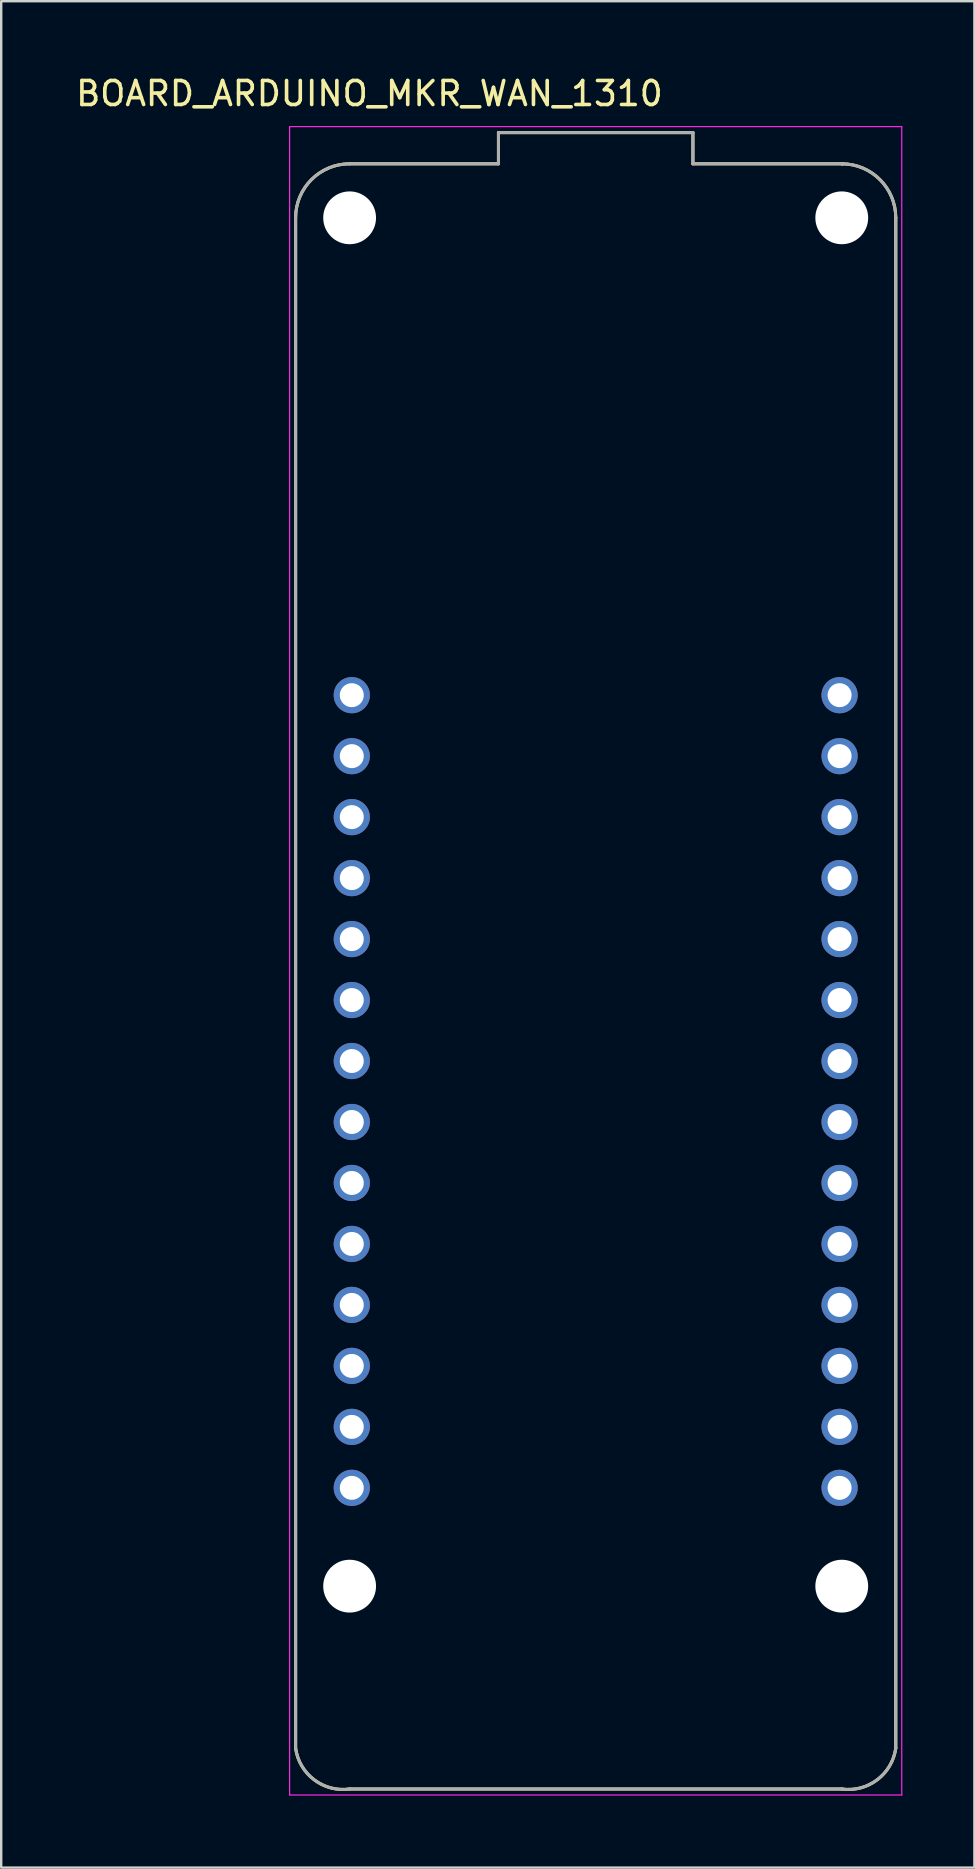
<source format=kicad_pcb>
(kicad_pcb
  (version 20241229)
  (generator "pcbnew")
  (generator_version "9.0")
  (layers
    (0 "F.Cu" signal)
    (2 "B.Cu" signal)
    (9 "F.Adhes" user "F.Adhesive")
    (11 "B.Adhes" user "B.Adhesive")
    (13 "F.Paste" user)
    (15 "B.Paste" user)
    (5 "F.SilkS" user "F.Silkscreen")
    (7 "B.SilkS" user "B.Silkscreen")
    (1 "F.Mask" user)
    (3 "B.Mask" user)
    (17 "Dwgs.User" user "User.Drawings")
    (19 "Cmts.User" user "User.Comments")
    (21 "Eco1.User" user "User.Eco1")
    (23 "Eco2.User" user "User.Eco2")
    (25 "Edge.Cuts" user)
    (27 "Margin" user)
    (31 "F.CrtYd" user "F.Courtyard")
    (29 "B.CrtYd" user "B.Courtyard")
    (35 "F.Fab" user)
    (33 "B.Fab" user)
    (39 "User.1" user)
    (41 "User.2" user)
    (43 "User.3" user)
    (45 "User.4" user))
  (footprint "BOARD_ARDUINO_MKR_WAN_1310"
    (layer "F.Cu")
    (at 21.764 37.623)
    (property "Reference" "BOARD_ARDUINO_MKR_WAN_1310" (at -9.425 -36.775 0) (layer "F.SilkS") (effects (font (size 1 1) (thickness 0.15))))
    (attr through_hole)
    (fp_line (start -12.5 -31.6) (end -12.5 32.15) (stroke (width 0.127) (type solid)) (layer "F.SilkS"))
    (fp_line (start -10.25 33.85) (end 10.25 33.85) (stroke (width 0.127) (type solid)) (layer "F.SilkS"))
    (fp_line (start -4.05 -35.15) (end -4.05 -33.85) (stroke (width 0.127) (type solid)) (layer "F.SilkS"))
    (fp_line (start -4.05 -33.85) (end -10.25 -33.85) (stroke (width 0.127) (type solid)) (layer "F.SilkS"))
    (fp_line (start 4.05 -35.15) (end -4.05 -35.15) (stroke (width 0.127) (type solid)) (layer "F.SilkS"))
    (fp_line (start 4.05 -33.85) (end 4.05 -35.15) (stroke (width 0.127) (type solid)) (layer "F.SilkS"))
    (fp_line (start 10.25 -33.85) (end 4.05 -33.85) (stroke (width 0.127) (type solid)) (layer "F.SilkS"))
    (fp_line (start 10.25 -33.85) (end 10.3 -33.85) (stroke (width 0.127) (type solid)) (layer "F.SilkS"))
    (fp_line (start 12.5 32.15) (end 12.5 -31.6) (stroke (width 0.127) (type solid)) (layer "F.SilkS"))
    (fp_arc (start -12.5 -31.6) (mid -11.84099 -33.19099) (end -10.25 -33.85) (stroke (width 0.127) (type solid)) (layer "F.SilkS"))
    (fp_arc (start -10.25 33.85) (mid -11.727082 33.46599) (end -12.5 32.15) (stroke (width 0.127) (type solid)) (layer "F.SilkS"))
    (fp_arc (start 10.25 -33.85) (mid 11.84099 -33.19099) (end 12.5 -31.6) (stroke (width 0.127) (type solid)) (layer "F.SilkS"))
    (fp_arc (start 12.5 32.15) (mid 11.727082 33.46599) (end 10.25 33.85) (stroke (width 0.127) (type solid)) (layer "F.SilkS"))
    (fp_line (start -12.75 -35.4) (end -12.75 34.1) (stroke (width 0.05) (type solid)) (layer "F.CrtYd"))
    (fp_line (start -12.75 34.1) (end 12.75 34.1) (stroke (width 0.05) (type solid)) (layer "F.CrtYd"))
    (fp_line (start 12.75 -35.4) (end -12.75 -35.4) (stroke (width 0.05) (type solid)) (layer "F.CrtYd"))
    (fp_line (start 12.75 34.1) (end 12.75 -35.4) (stroke (width 0.05) (type solid)) (layer "F.CrtYd"))
    (fp_line (start -12.5 -31.6) (end -12.5 32.15) (stroke (width 0.127) (type solid)) (layer "F.Fab"))
    (fp_line (start -10.25 -33.85) (end -4.05 -33.85) (stroke (width 0.127) (type solid)) (layer "F.Fab"))
    (fp_line (start -10.25 33.85) (end 10.25 33.85) (stroke (width 0.127) (type solid)) (layer "F.Fab"))
    (fp_line (start -4.05 -35.15) (end -4.05 -33.85) (stroke (width 0.127) (type solid)) (layer "F.Fab"))
    (fp_line (start 4.05 -35.15) (end -4.05 -35.15) (stroke (width 0.127) (type solid)) (layer "F.Fab"))
    (fp_line (start 4.05 -33.85) (end 4.05 -35.15) (stroke (width 0.127) (type solid)) (layer "F.Fab"))
    (fp_line (start 10.25 -33.85) (end 4.05 -33.85) (stroke (width 0.127) (type solid)) (layer "F.Fab"))
    (fp_line (start 10.25 -33.85) (end 10.3 -33.85) (stroke (width 0.127) (type solid)) (layer "F.Fab"))
    (fp_line (start 12.5 32.15) (end 12.5 -31.6) (stroke (width 0.127) (type solid)) (layer "F.Fab"))
    (fp_arc (start -12.5 -31.6) (mid -11.84099 -33.19099) (end -10.25 -33.85) (stroke (width 0.127) (type solid)) (layer "F.Fab"))
    (fp_arc (start -10.25 33.85) (mid -11.727082 33.46599) (end -12.5 32.15) (stroke (width 0.127) (type solid)) (layer "F.Fab"))
    (fp_arc (start 10.25 -33.85) (mid 11.84099 -33.19099) (end 12.5 -31.6) (stroke (width 0.127) (type solid)) (layer "F.Fab"))
    (fp_arc (start 12.5 32.15) (mid 11.727082 33.46599) (end 10.25 33.85) (stroke (width 0.127) (type solid)) (layer "F.Fab"))
    (pad "" np_thru_hole circle (at -10.25 -31.6) (size 2.2 2.2) (drill 2.2) (layers "*.Cu" "*.Mask"))
    (pad "" np_thru_hole circle (at -10.25 25.4) (size 2.2 2.2) (drill 2.2) (layers "*.Cu" "*.Mask"))
    (pad "" np_thru_hole circle (at 10.25 -31.6) (size 2.2 2.2) (drill 2.2) (layers "*.Cu" "*.Mask"))
    (pad "" np_thru_hole circle (at 10.25 25.4) (size 2.2 2.2) (drill 2.2) (layers "*.Cu" "*.Mask"))
    (pad "J3_1" thru_hole circle (at -10.16 -11.715) (size 1.508 1.508) (drill 1) (layers "*.Cu" "*.Mask"))
    (pad "J3_2" thru_hole circle (at -10.16 -9.175) (size 1.508 1.508) (drill 1) (layers "*.Cu" "*.Mask"))
    (pad "J3_3" thru_hole circle (at -10.16 -6.635) (size 1.508 1.508) (drill 1) (layers "*.Cu" "*.Mask"))
    (pad "J3_4" thru_hole circle (at -10.16 -4.095) (size 1.508 1.508) (drill 1) (layers "*.Cu" "*.Mask"))
    (pad "J3_5" thru_hole circle (at -10.16 -1.555) (size 1.508 1.508) (drill 1) (layers "*.Cu" "*.Mask"))
    (pad "J3_6" thru_hole circle (at -10.16 0.985) (size 1.508 1.508) (drill 1) (layers "*.Cu" "*.Mask"))
    (pad "J3_7" thru_hole circle (at -10.16 3.525) (size 1.508 1.508) (drill 1) (layers "*.Cu" "*.Mask"))
    (pad "J3_8" thru_hole circle (at -10.16 6.065) (size 1.508 1.508) (drill 1) (layers "*.Cu" "*.Mask"))
    (pad "J3_9" thru_hole circle (at -10.16 8.605) (size 1.508 1.508) (drill 1) (layers "*.Cu" "*.Mask"))
    (pad "J3_10" thru_hole circle (at -10.16 11.145) (size 1.508 1.508) (drill 1) (layers "*.Cu" "*.Mask"))
    (pad "J3_11" thru_hole circle (at -10.16 13.685) (size 1.508 1.508) (drill 1) (layers "*.Cu" "*.Mask"))
    (pad "J3_12" thru_hole circle (at -10.16 16.225) (size 1.508 1.508) (drill 1) (layers "*.Cu" "*.Mask"))
    (pad "J3_13" thru_hole circle (at -10.16 18.765) (size 1.508 1.508) (drill 1) (layers "*.Cu" "*.Mask"))
    (pad "J3_14" thru_hole circle (at -10.16 21.305) (size 1.508 1.508) (drill 1) (layers "*.Cu" "*.Mask"))
    (pad "J5_1" thru_hole circle (at 10.16 21.305) (size 1.508 1.508) (drill 1) (layers "*.Cu" "*.Mask"))
    (pad "J5_2" thru_hole circle (at 10.16 18.765) (size 1.508 1.508) (drill 1) (layers "*.Cu" "*.Mask"))
    (pad "J5_3" thru_hole circle (at 10.16 16.225) (size 1.508 1.508) (drill 1) (layers "*.Cu" "*.Mask"))
    (pad "J5_4" thru_hole circle (at 10.16 13.685) (size 1.508 1.508) (drill 1) (layers "*.Cu" "*.Mask"))
    (pad "J5_5" thru_hole circle (at 10.16 11.145) (size 1.508 1.508) (drill 1) (layers "*.Cu" "*.Mask"))
    (pad "J5_6" thru_hole circle (at 10.16 8.605) (size 1.508 1.508) (drill 1) (layers "*.Cu" "*.Mask"))
    (pad "J5_7" thru_hole circle (at 10.16 6.065) (size 1.508 1.508) (drill 1) (layers "*.Cu" "*.Mask"))
    (pad "J5_8" thru_hole circle (at 10.16 3.525) (size 1.508 1.508) (drill 1) (layers "*.Cu" "*.Mask"))
    (pad "J5_9" thru_hole circle (at 10.16 0.985) (size 1.508 1.508) (drill 1) (layers "*.Cu" "*.Mask"))
    (pad "J5_10" thru_hole circle (at 10.16 -1.555) (size 1.508 1.508) (drill 1) (layers "*.Cu" "*.Mask"))
    (pad "J5_11" thru_hole circle (at 10.16 -4.095) (size 1.508 1.508) (drill 1) (layers "*.Cu" "*.Mask"))
    (pad "J5_12" thru_hole circle (at 10.16 -6.635) (size 1.508 1.508) (drill 1) (layers "*.Cu" "*.Mask"))
    (pad "J5_13" thru_hole circle (at 10.16 -9.175) (size 1.508 1.508) (drill 1) (layers "*.Cu" "*.Mask"))
    (pad "J5_14" thru_hole circle (at 10.16 -11.715) (size 1.508 1.508) (drill 1) (layers "*.Cu" "*.Mask")))
  (gr_rect
    (start -3 -3)
    (end 37.539 74.748)
    (stroke (width 0.1) (type default))
    (fill no)
    (layer "Edge.Cuts")))
</source>
